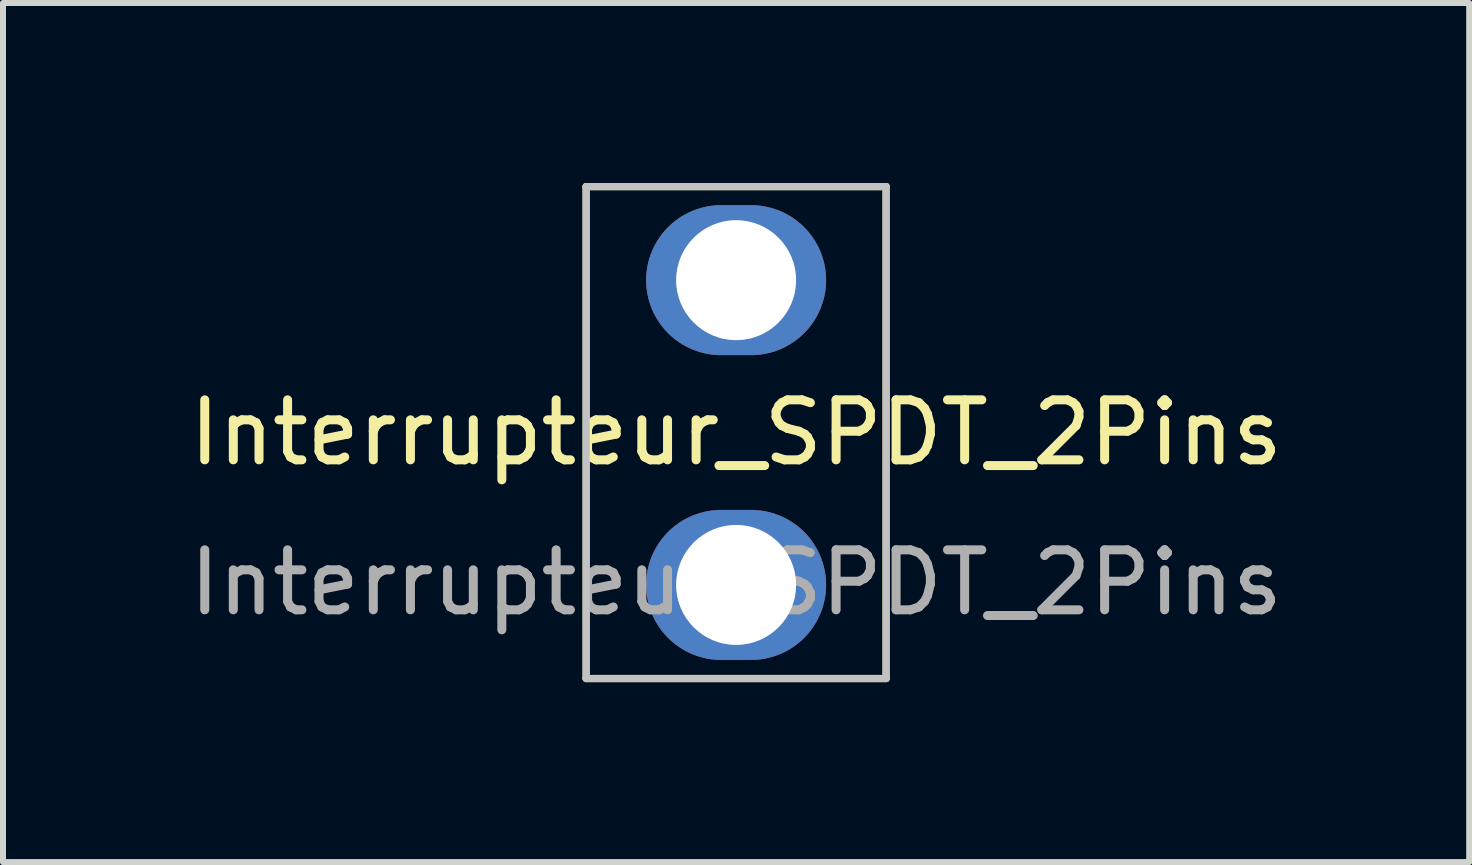
<source format=kicad_pcb>
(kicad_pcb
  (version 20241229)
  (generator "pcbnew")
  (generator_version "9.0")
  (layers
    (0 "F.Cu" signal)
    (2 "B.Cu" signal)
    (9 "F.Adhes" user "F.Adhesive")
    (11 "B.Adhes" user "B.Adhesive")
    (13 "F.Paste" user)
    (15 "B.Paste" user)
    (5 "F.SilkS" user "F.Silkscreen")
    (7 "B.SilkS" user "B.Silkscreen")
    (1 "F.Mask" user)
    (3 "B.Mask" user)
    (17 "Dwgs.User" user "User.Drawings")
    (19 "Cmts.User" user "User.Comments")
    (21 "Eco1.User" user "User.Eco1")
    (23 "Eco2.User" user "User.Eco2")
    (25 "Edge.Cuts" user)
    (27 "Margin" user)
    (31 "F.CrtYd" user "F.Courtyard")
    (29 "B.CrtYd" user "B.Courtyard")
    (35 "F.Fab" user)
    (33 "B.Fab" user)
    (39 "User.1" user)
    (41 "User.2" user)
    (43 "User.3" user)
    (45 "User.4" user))
  (footprint "Interrupteur_SPDT_2Pins"
    (layer "F.Cu")
    (at 9.22 4.16)
    (property "Reference" "Interrupteur_SPDT_2Pins" (at 0 0 0) (unlocked yes) (layer "F.SilkS") (effects (font (size 1 1) (thickness 0.15))))
    (attr through_hole)
    (fp_line (start -2.5 -4.1) (end 2.5 -4.1) (stroke (width 0.12) (type solid)) (layer "F.SilkS"))
    (fp_line (start -2.5 4.1) (end -2.5 -4.1) (stroke (width 0.12) (type solid)) (layer "F.SilkS"))
    (fp_line (start 2.5 -4.1) (end 2.5 4.1) (stroke (width 0.12) (type solid)) (layer "F.SilkS"))
    (fp_line (start 2.5 4.1) (end -2.5 4.1) (stroke (width 0.12) (type solid)) (layer "F.SilkS"))
    (fp_line (start -2.5 -4.1) (end 2.5 -4.1) (stroke (width 0.12) (type solid)) (layer "Dwgs.User"))
    (fp_line (start -2.5 4.1) (end -2.5 -4.1) (stroke (width 0.12) (type solid)) (layer "Dwgs.User"))
    (fp_line (start 2.5 -4.1) (end 2.5 4.1) (stroke (width 0.12) (type solid)) (layer "Dwgs.User"))
    (fp_line (start 2.5 4.1) (end -2.5 4.1) (stroke (width 0.12) (type solid)) (layer "Dwgs.User"))
    (fp_text user "${REFERENCE}" (at 0 2.5 0) (unlocked yes) (layer "F.Fab") (effects (font (size 1 1) (thickness 0.15))))
    (pad "1" thru_hole oval (at 0 -2.54) (size 3 2.5) (drill 2) (layers "*.Cu" "*.Mask"))
    (pad "2" thru_hole oval (at 0 2.54) (size 3 2.5) (drill 2) (layers "*.Cu" "*.Mask")))
  (gr_rect
    (start -3 -3)
    (end 21.44 11.32)
    (stroke (width 0.1) (type default))
    (fill no)
    (layer "Edge.Cuts")))
</source>
